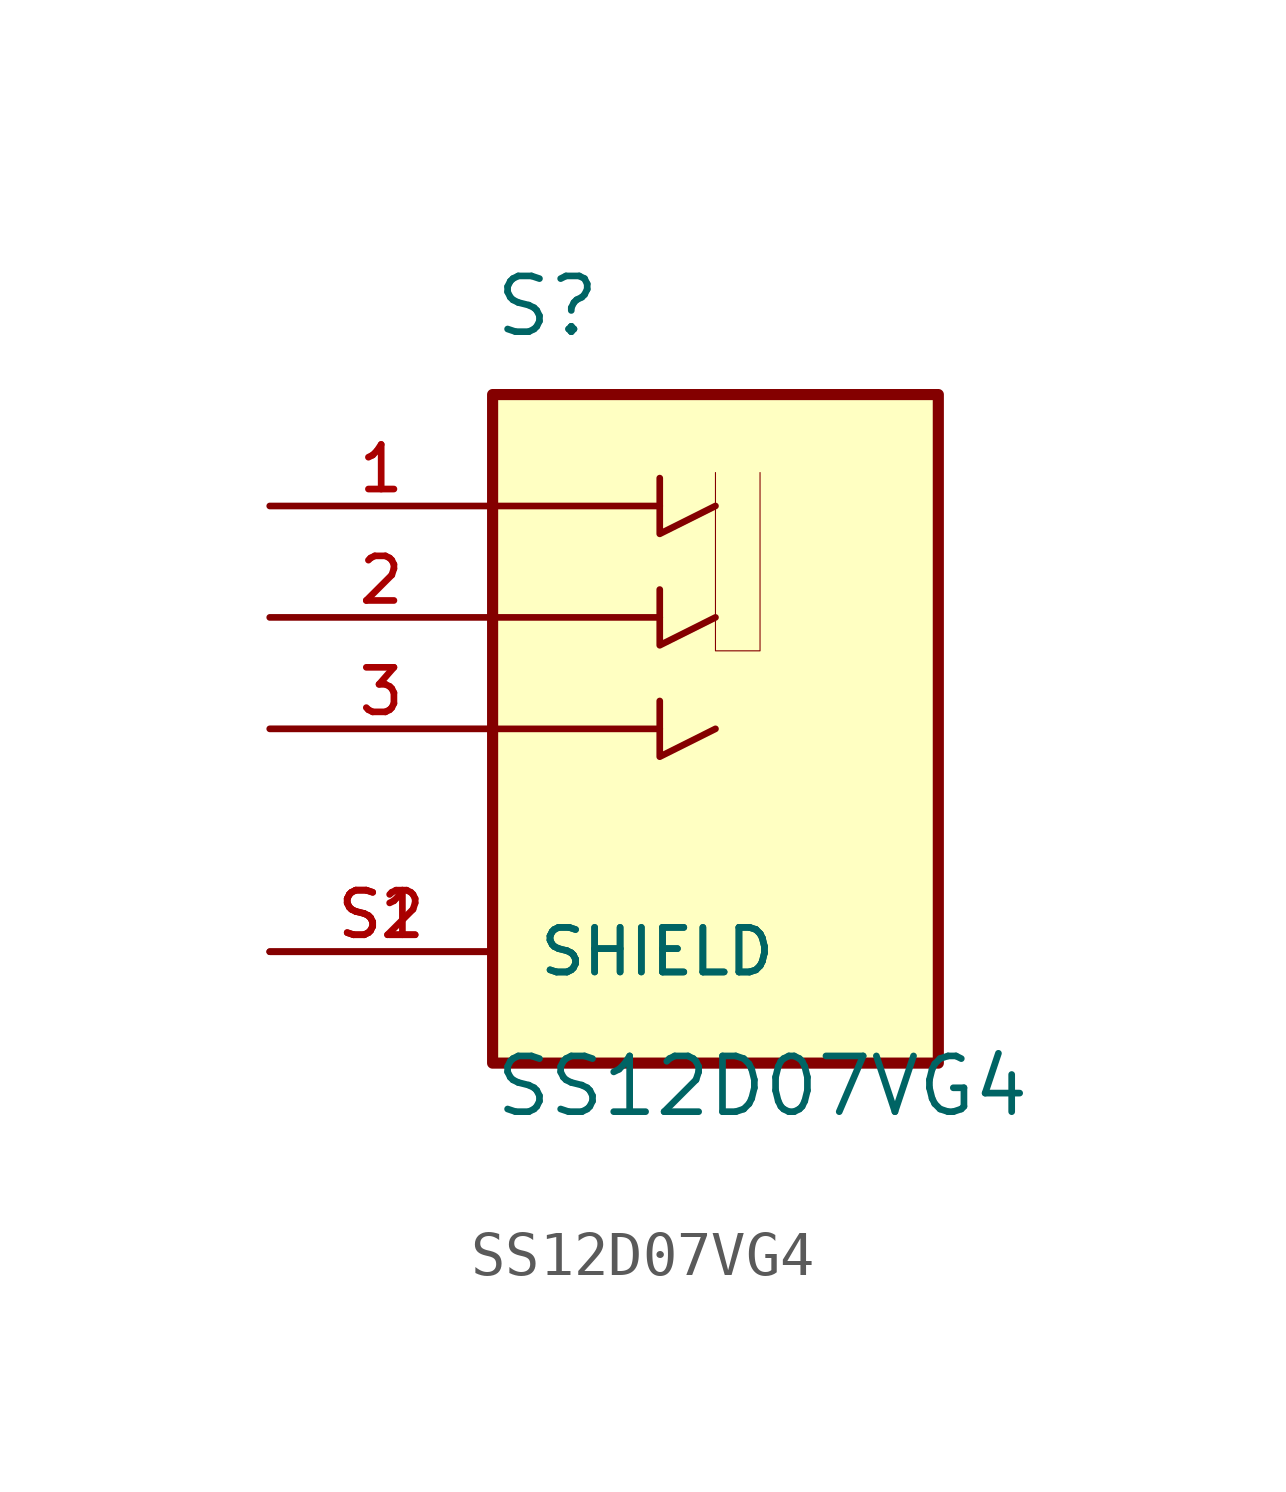
<source format=kicad_sym>
(kicad_symbol_lib
  (version 20201005)
  (generator kicad_symbol_editor)
  (symbol "SS12D07VG4"
    (pin_names
      (offset 1.016))
    (property "Reference" "S"
      (at -5.08 8.89 0)
      (effects (font (size 1.27 1.27)) (justify left bottom)))
    (property "Value" "SS12D07VG4"
      (at -5.08 -8.89 0)
      (effects (font (size 1.27 1.27)) (justify left bottom)))
    (property "ki_locked" ""
      (at 0 0 0)
      (effects (font (size 1.27 1.27))))
    (symbol "SS12D07VG4_0_0"
      (rectangle (start -5.08 -7.62) (end 5.08 7.62) (stroke (width 0.254)) (fill (type background)))
      (polyline (pts (xy -5.08 0) (xy -1.27 0)) (stroke (width 0.152)) (fill (type none)))
      (polyline (pts (xy -5.08 2.54) (xy -1.27 2.54)) (stroke (width 0.152)) (fill (type none)))
      (polyline (pts (xy -5.08 5.08) (xy -1.27 5.08)) (stroke (width 0.152)) (fill (type none)))
      (polyline (pts (xy -1.27 0.635) (xy -1.27 -0.635) (xy 0 0)) (stroke (width 0.152)) (fill (type background)))
      (polyline (pts (xy -1.27 3.175) (xy -1.27 1.905) (xy 0 2.54)) (stroke (width 0.152)) (fill (type background)))
      (polyline (pts (xy -1.27 5.715) (xy -1.27 4.445) (xy 0 5.08)) (stroke (width 0.152)) (fill (type background)))
      (polyline (pts (xy 0 5.842) (xy 0 1.778) (xy 1.016 1.778) (xy 1.016 5.842)) (stroke (width 0.025)) (fill (type background)))
      (pin passive line (at -10.16 5.08 0) (length 5.08) (name "~" (effects (font (size 1.016 1.016)))) (number "1" (effects (font (size 1.016 1.016)))))
      (pin passive line (at -10.16 2.54 0) (length 5.08) (name "~" (effects (font (size 1.016 1.016)))) (number "2" (effects (font (size 1.016 1.016)))))
      (pin passive line (at -10.16 0 0) (length 5.08) (name "~" (effects (font (size 1.016 1.016)))) (number "3" (effects (font (size 1.016 1.016)))))
      (pin passive line (at -10.16 -5.08 0) (length 5.08) (name "SHIELD" (effects (font (size 1.016 1.016)))) (number "S1" (effects (font (size 1.016 1.016)))))
      (pin passive line (at -10.16 -5.08 0) (length 5.08) (name "SHIELD" (effects (font (size 1.016 1.016)))) (number "S2" (effects (font (size 1.016 1.016))))))))
</source>
